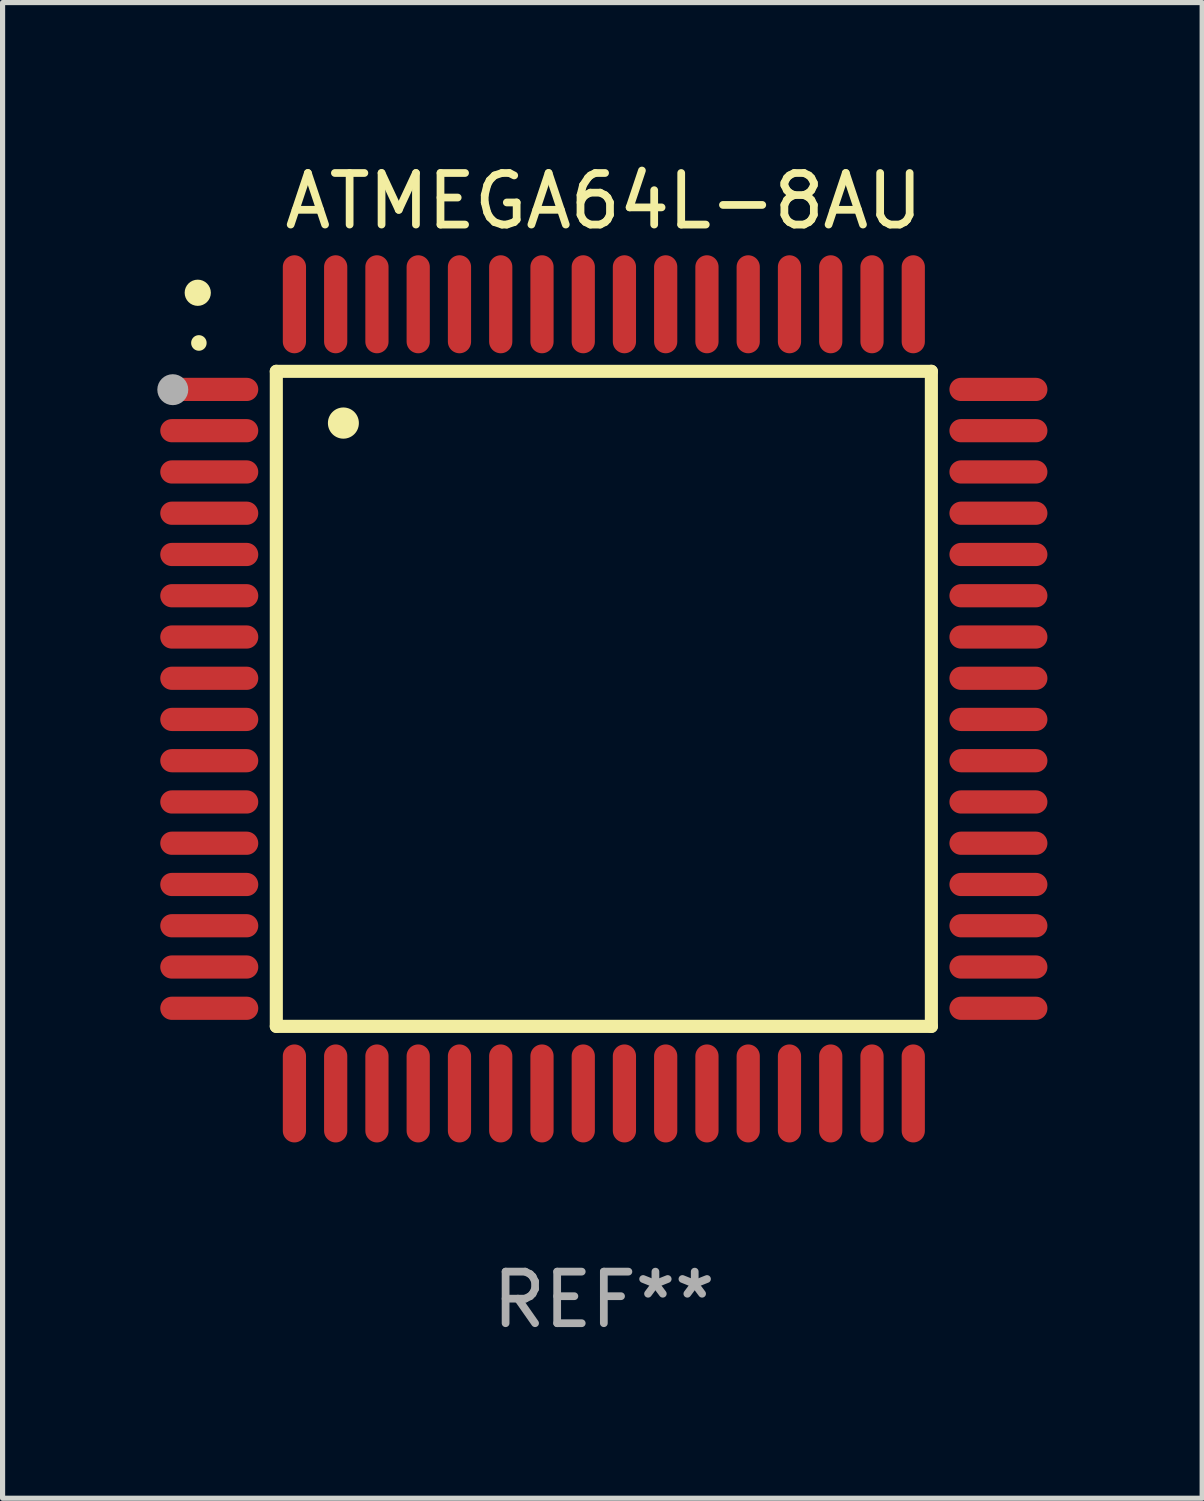
<source format=kicad_pcb>
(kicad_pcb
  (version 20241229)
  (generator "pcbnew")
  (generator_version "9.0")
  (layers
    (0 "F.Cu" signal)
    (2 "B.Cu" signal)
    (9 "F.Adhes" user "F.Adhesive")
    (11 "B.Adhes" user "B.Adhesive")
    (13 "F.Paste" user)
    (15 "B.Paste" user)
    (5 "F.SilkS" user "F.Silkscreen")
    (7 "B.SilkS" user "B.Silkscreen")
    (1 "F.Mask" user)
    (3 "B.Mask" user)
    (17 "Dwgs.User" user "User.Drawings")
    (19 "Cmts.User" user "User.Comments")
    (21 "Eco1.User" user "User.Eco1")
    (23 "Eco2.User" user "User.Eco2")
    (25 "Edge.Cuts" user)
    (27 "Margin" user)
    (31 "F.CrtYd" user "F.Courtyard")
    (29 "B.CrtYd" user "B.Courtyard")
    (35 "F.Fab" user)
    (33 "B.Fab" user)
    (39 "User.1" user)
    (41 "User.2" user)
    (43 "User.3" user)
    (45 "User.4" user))
  (footprint "ATMEGA64L-8AU"
    (layer "F.Cu")
    (at 8.657 10.499)
    (property "Reference" "ATMEGA64L-8AU" (at 0 -9.65 0) (layer "F.SilkS") (effects (font (size 1 1) (thickness 0.15))))
    (attr through_hole)
    (fp_line (start -6.35 -6.35) (end 6.35 -6.35) (stroke (width 0.254) (type solid)) (layer "F.SilkS"))
    (fp_line (start -6.35 6.35) (end -6.35 -6.35) (stroke (width 0.254) (type solid)) (layer "F.SilkS"))
    (fp_line (start 6.35 -6.35) (end 6.35 6.35) (stroke (width 0.254) (type solid)) (layer "F.SilkS"))
    (fp_line (start 6.35 6.35) (end -6.35 6.35) (stroke (width 0.254) (type solid)) (layer "F.SilkS"))
    (fp_arc (start -7.851156 -6.898654) (mid -7.851161 -6.899924) (end -7.851156 -6.901194) (stroke (width 0.3) (type solid)) (layer "F.SilkS"))
    (fp_arc (start -5.04953 -5.344171) (mid -5.049541 -5.346711) (end -5.04953 -5.349251) (stroke (width 0.6) (type solid)) (layer "F.SilkS"))
    (fp_circle (center -7.873 -7.873) (end -7.746 -7.873) (stroke (width 0.254) (type solid)) (fill no) (layer "F.SilkS"))
    (fp_circle (center -8.357 -5.994) (end -8.207 -5.994) (stroke (width 0.3) (type solid)) (fill no) (layer "F.Fab"))
    (fp_text user "REF**" (at 0 11.65 0) (layer "F.Fab") (effects (font (size 1 1) (thickness 0.15))))
    (pad "1" smd oval (at -7.65 -5.999 90) (size 0.45 1.9) (layers "F.Cu" "F.Mask" "F.Paste"))
    (pad "2" smd oval (at -7.65 -5.199 90) (size 0.45 1.9) (layers "F.Cu" "F.Mask" "F.Paste"))
    (pad "3" smd oval (at -7.65 -4.399 90) (size 0.45 1.9) (layers "F.Cu" "F.Mask" "F.Paste"))
    (pad "4" smd oval (at -7.65 -3.599 90) (size 0.45 1.9) (layers "F.Cu" "F.Mask" "F.Paste"))
    (pad "5" smd oval (at -7.65 -2.799 90) (size 0.45 1.9) (layers "F.Cu" "F.Mask" "F.Paste"))
    (pad "6" smd oval (at -7.65 -1.999 90) (size 0.45 1.9) (layers "F.Cu" "F.Mask" "F.Paste"))
    (pad "7" smd oval (at -7.65 -1.199 90) (size 0.45 1.9) (layers "F.Cu" "F.Mask" "F.Paste"))
    (pad "8" smd oval (at -7.65 -0.399 90) (size 0.45 1.9) (layers "F.Cu" "F.Mask" "F.Paste"))
    (pad "9" smd oval (at -7.65 0.399 90) (size 0.45 1.9) (layers "F.Cu" "F.Mask" "F.Paste"))
    (pad "10" smd oval (at -7.65 1.199 90) (size 0.45 1.9) (layers "F.Cu" "F.Mask" "F.Paste"))
    (pad "11" smd oval (at -7.65 1.999 90) (size 0.45 1.9) (layers "F.Cu" "F.Mask" "F.Paste"))
    (pad "12" smd oval (at -7.65 2.799 90) (size 0.45 1.9) (layers "F.Cu" "F.Mask" "F.Paste"))
    (pad "13" smd oval (at -7.65 3.599 90) (size 0.45 1.9) (layers "F.Cu" "F.Mask" "F.Paste"))
    (pad "14" smd oval (at -7.65 4.399 90) (size 0.45 1.9) (layers "F.Cu" "F.Mask" "F.Paste"))
    (pad "15" smd oval (at -7.65 5.199 90) (size 0.45 1.9) (layers "F.Cu" "F.Mask" "F.Paste"))
    (pad "16" smd oval (at -7.65 5.999 90) (size 0.45 1.9) (layers "F.Cu" "F.Mask" "F.Paste"))
    (pad "17" smd oval (at -5.999 7.65) (size 0.45 1.9) (layers "F.Cu" "F.Mask" "F.Paste"))
    (pad "18" smd oval (at -5.199 7.65) (size 0.45 1.9) (layers "F.Cu" "F.Mask" "F.Paste"))
    (pad "19" smd oval (at -4.399 7.65) (size 0.45 1.9) (layers "F.Cu" "F.Mask" "F.Paste"))
    (pad "20" smd oval (at -3.599 7.65) (size 0.45 1.9) (layers "F.Cu" "F.Mask" "F.Paste"))
    (pad "21" smd oval (at -2.799 7.65) (size 0.45 1.9) (layers "F.Cu" "F.Mask" "F.Paste"))
    (pad "22" smd oval (at -1.999 7.65) (size 0.45 1.9) (layers "F.Cu" "F.Mask" "F.Paste"))
    (pad "23" smd oval (at -1.199 7.65) (size 0.45 1.9) (layers "F.Cu" "F.Mask" "F.Paste"))
    (pad "24" smd oval (at -0.399 7.65) (size 0.45 1.9) (layers "F.Cu" "F.Mask" "F.Paste"))
    (pad "25" smd oval (at 0.399 7.65) (size 0.45 1.9) (layers "F.Cu" "F.Mask" "F.Paste"))
    (pad "26" smd oval (at 1.199 7.65) (size 0.45 1.9) (layers "F.Cu" "F.Mask" "F.Paste"))
    (pad "27" smd oval (at 1.999 7.65) (size 0.45 1.9) (layers "F.Cu" "F.Mask" "F.Paste"))
    (pad "28" smd oval (at 2.799 7.65) (size 0.45 1.9) (layers "F.Cu" "F.Mask" "F.Paste"))
    (pad "29" smd oval (at 3.599 7.65) (size 0.45 1.9) (layers "F.Cu" "F.Mask" "F.Paste"))
    (pad "30" smd oval (at 4.399 7.65) (size 0.45 1.9) (layers "F.Cu" "F.Mask" "F.Paste"))
    (pad "31" smd oval (at 5.199 7.65) (size 0.45 1.9) (layers "F.Cu" "F.Mask" "F.Paste"))
    (pad "32" smd oval (at 5.999 7.65) (size 0.45 1.9) (layers "F.Cu" "F.Mask" "F.Paste"))
    (pad "33" smd oval (at 7.65 5.999 90) (size 0.45 1.9) (layers "F.Cu" "F.Mask" "F.Paste"))
    (pad "34" smd oval (at 7.65 5.199 90) (size 0.45 1.9) (layers "F.Cu" "F.Mask" "F.Paste"))
    (pad "35" smd oval (at 7.65 4.399 90) (size 0.45 1.9) (layers "F.Cu" "F.Mask" "F.Paste"))
    (pad "36" smd oval (at 7.65 3.599 90) (size 0.45 1.9) (layers "F.Cu" "F.Mask" "F.Paste"))
    (pad "37" smd oval (at 7.65 2.799 90) (size 0.45 1.9) (layers "F.Cu" "F.Mask" "F.Paste"))
    (pad "38" smd oval (at 7.65 1.999 90) (size 0.45 1.9) (layers "F.Cu" "F.Mask" "F.Paste"))
    (pad "39" smd oval (at 7.65 1.199 90) (size 0.45 1.9) (layers "F.Cu" "F.Mask" "F.Paste"))
    (pad "40" smd oval (at 7.65 0.399 90) (size 0.45 1.9) (layers "F.Cu" "F.Mask" "F.Paste"))
    (pad "41" smd oval (at 7.65 -0.399 90) (size 0.45 1.9) (layers "F.Cu" "F.Mask" "F.Paste"))
    (pad "42" smd oval (at 7.65 -1.199 90) (size 0.45 1.9) (layers "F.Cu" "F.Mask" "F.Paste"))
    (pad "43" smd oval (at 7.65 -1.999 90) (size 0.45 1.9) (layers "F.Cu" "F.Mask" "F.Paste"))
    (pad "44" smd oval (at 7.65 -2.799 90) (size 0.45 1.9) (layers "F.Cu" "F.Mask" "F.Paste"))
    (pad "45" smd oval (at 7.65 -3.599 90) (size 0.45 1.9) (layers "F.Cu" "F.Mask" "F.Paste"))
    (pad "46" smd oval (at 7.65 -4.399 90) (size 0.45 1.9) (layers "F.Cu" "F.Mask" "F.Paste"))
    (pad "47" smd oval (at 7.65 -5.199 90) (size 0.45 1.9) (layers "F.Cu" "F.Mask" "F.Paste"))
    (pad "48" smd oval (at 7.65 -5.999 90) (size 0.45 1.9) (layers "F.Cu" "F.Mask" "F.Paste"))
    (pad "49" smd oval (at 5.999 -7.65) (size 0.45 1.9) (layers "F.Cu" "F.Mask" "F.Paste"))
    (pad "50" smd oval (at 5.199 -7.65) (size 0.45 1.9) (layers "F.Cu" "F.Mask" "F.Paste"))
    (pad "51" smd oval (at 4.399 -7.65) (size 0.45 1.9) (layers "F.Cu" "F.Mask" "F.Paste"))
    (pad "52" smd oval (at 3.599 -7.65) (size 0.45 1.9) (layers "F.Cu" "F.Mask" "F.Paste"))
    (pad "53" smd oval (at 2.799 -7.65) (size 0.45 1.9) (layers "F.Cu" "F.Mask" "F.Paste"))
    (pad "54" smd oval (at 1.999 -7.65) (size 0.45 1.9) (layers "F.Cu" "F.Mask" "F.Paste"))
    (pad "55" smd oval (at 1.199 -7.65) (size 0.45 1.9) (layers "F.Cu" "F.Mask" "F.Paste"))
    (pad "56" smd oval (at 0.399 -7.65) (size 0.45 1.9) (layers "F.Cu" "F.Mask" "F.Paste"))
    (pad "57" smd oval (at -0.399 -7.65) (size 0.45 1.9) (layers "F.Cu" "F.Mask" "F.Paste"))
    (pad "58" smd oval (at -1.199 -7.65) (size 0.45 1.9) (layers "F.Cu" "F.Mask" "F.Paste"))
    (pad "59" smd oval (at -1.999 -7.65) (size 0.45 1.9) (layers "F.Cu" "F.Mask" "F.Paste"))
    (pad "60" smd oval (at -2.799 -7.65) (size 0.45 1.9) (layers "F.Cu" "F.Mask" "F.Paste"))
    (pad "61" smd oval (at -3.599 -7.65) (size 0.45 1.9) (layers "F.Cu" "F.Mask" "F.Paste"))
    (pad "62" smd oval (at -4.399 -7.65) (size 0.45 1.9) (layers "F.Cu" "F.Mask" "F.Paste"))
    (pad "63" smd oval (at -5.199 -7.65) (size 0.45 1.9) (layers "F.Cu" "F.Mask" "F.Paste"))
    (pad "64" smd oval (at -5.999 -7.65) (size 0.45 1.9) (layers "F.Cu" "F.Mask" "F.Paste")))
  (gr_rect
    (start -3 -3)
    (end 20.257 25.997)
    (stroke (width 0.1) (type default))
    (fill no)
    (layer "Edge.Cuts")))
</source>
